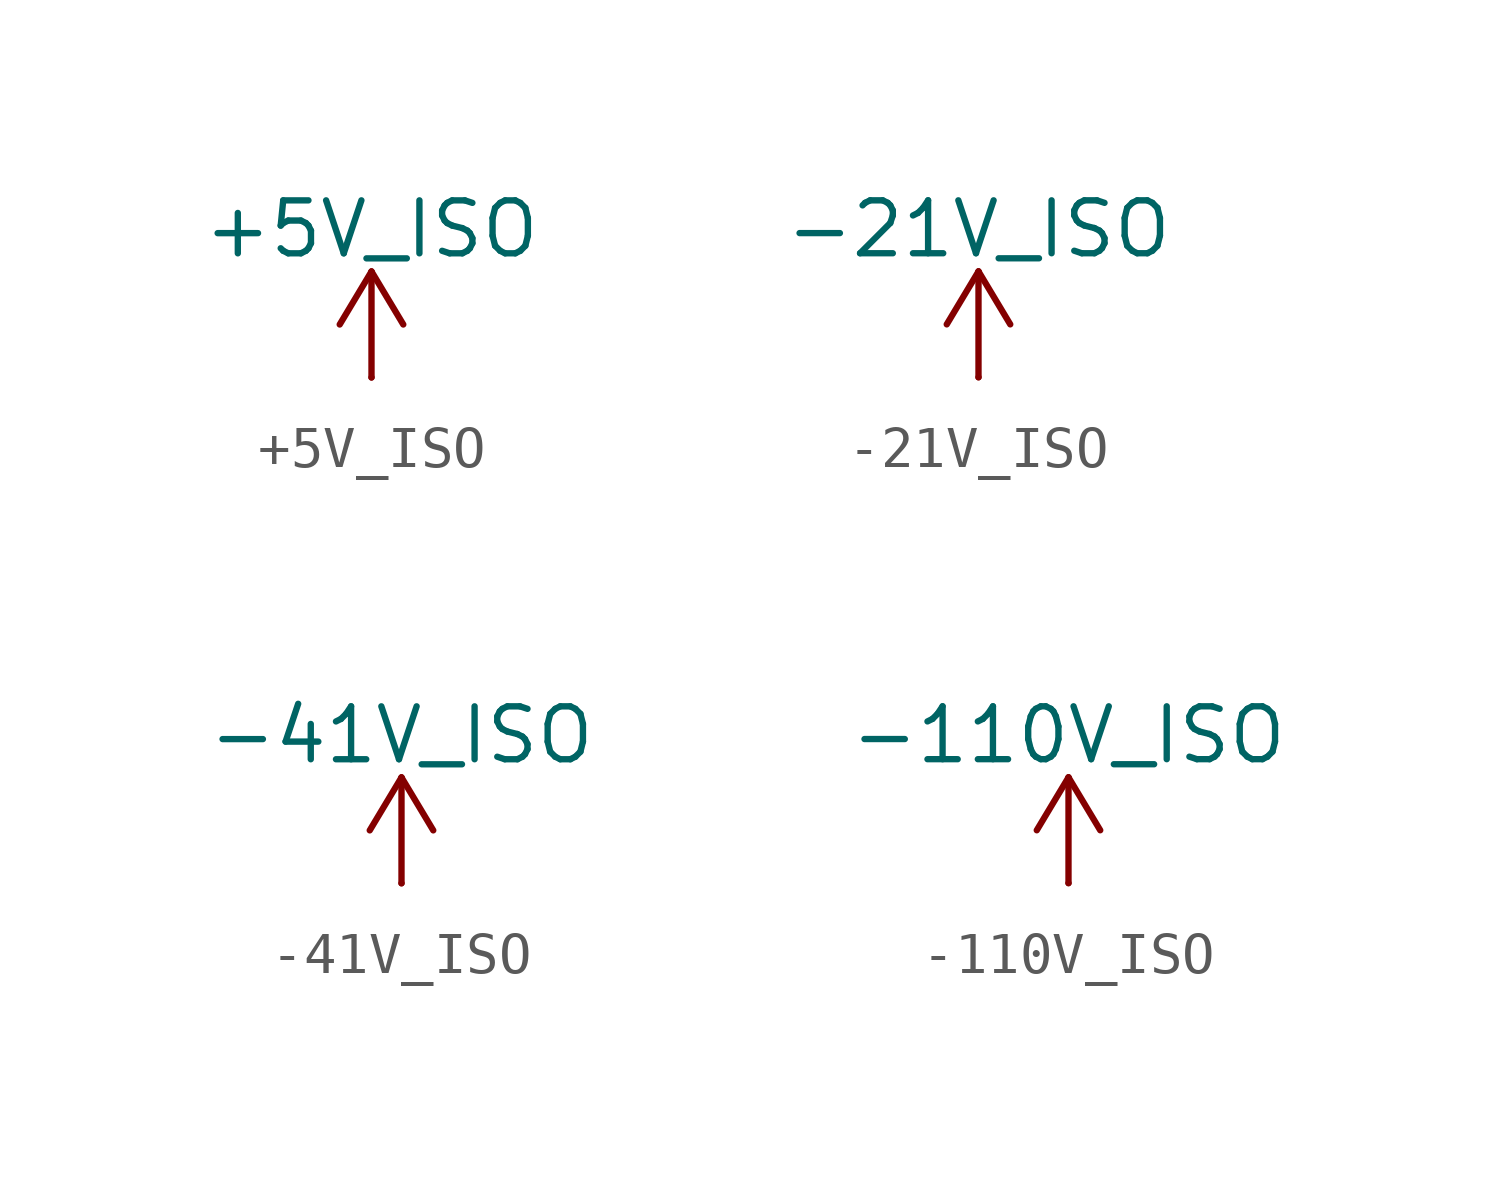
<source format=kicad_sym>
(kicad_symbol_lib
  (version 20241209)
  (generator "kicad_symbol_editor")
  (generator_version "9.0")
  (symbol "+5V_ISO"
    (power)
    (pin_numbers
      (hide yes))
    (pin_names
      (offset 0)
      (hide yes))
    (property "Reference" "#PWR"
      (at 0 -3.81 0)
      (effects (font (size 1.27 1.27)) (hide yes)))
    (property "Value" "+5V_ISO"
      (at 0 3.556 0)
      (effects (font (size 1.27 1.27))))
    (symbol "+5V_ISO_0_1"
      (polyline (pts (xy -0.762 1.27) (xy 0 2.54)) (stroke (width 0) (type default)) (fill (type none)))
      (polyline (pts (xy 0 2.54) (xy 0.762 1.27)) (stroke (width 0) (type default)) (fill (type none)))
      (polyline (pts (xy 0 0) (xy 0 2.54)) (stroke (width 0) (type default)) (fill (type none))))
    (symbol "+5V_ISO_1_1"
      (pin power_in line (at 0 0 90) (length 0) (name "~" (effects (font (size 1.27 1.27)))) (number "1" (effects (font (size 1.27 1.27)))))))
  (symbol "-21V_ISO"
    (power)
    (pin_numbers
      (hide yes))
    (pin_names
      (offset 0)
      (hide yes))
    (property "Reference" "#PWR"
      (at 0 -3.81 0)
      (effects (font (size 1.27 1.27)) (hide yes)))
    (property "Value" "-21V_ISO"
      (at 0 3.556 0)
      (effects (font (size 1.27 1.27))))
    (symbol "-21V_ISO_0_1"
      (polyline (pts (xy -0.762 1.27) (xy 0 2.54)) (stroke (width 0) (type default)) (fill (type none)))
      (polyline (pts (xy 0 2.54) (xy 0.762 1.27)) (stroke (width 0) (type default)) (fill (type none)))
      (polyline (pts (xy 0 0) (xy 0 2.54)) (stroke (width 0) (type default)) (fill (type none))))
    (symbol "-21V_ISO_1_1"
      (pin power_in line (at 0 0 90) (length 0) (name "~" (effects (font (size 1.27 1.27)))) (number "1" (effects (font (size 1.27 1.27)))))))
  (symbol "-41V_ISO"
    (power)
    (pin_numbers
      (hide yes))
    (pin_names
      (offset 0)
      (hide yes))
    (property "Reference" "#PWR"
      (at 0 -3.81 0)
      (effects (font (size 1.27 1.27)) (hide yes)))
    (property "Value" "-41V_ISO"
      (at 0 3.556 0)
      (effects (font (size 1.27 1.27))))
    (symbol "-41V_ISO_0_1"
      (polyline (pts (xy -0.762 1.27) (xy 0 2.54)) (stroke (width 0) (type default)) (fill (type none)))
      (polyline (pts (xy 0 2.54) (xy 0.762 1.27)) (stroke (width 0) (type default)) (fill (type none)))
      (polyline (pts (xy 0 0) (xy 0 2.54)) (stroke (width 0) (type default)) (fill (type none))))
    (symbol "-41V_ISO_1_1"
      (pin power_in line (at 0 0 90) (length 0) (name "~" (effects (font (size 1.27 1.27)))) (number "1" (effects (font (size 1.27 1.27)))))))
  (symbol "-110V_ISO"
    (power)
    (pin_numbers
      (hide yes))
    (pin_names
      (offset 0)
      (hide yes))
    (property "Reference" "#PWR"
      (at 0 -3.81 0)
      (effects (font (size 1.27 1.27)) (hide yes)))
    (property "Value" "-110V_ISO"
      (at 0 3.556 0)
      (effects (font (size 1.27 1.27))))
    (symbol "-110V_ISO_0_1"
      (polyline (pts (xy -0.762 1.27) (xy 0 2.54)) (stroke (width 0) (type default)) (fill (type none)))
      (polyline (pts (xy 0 2.54) (xy 0.762 1.27)) (stroke (width 0) (type default)) (fill (type none)))
      (polyline (pts (xy 0 0) (xy 0 2.54)) (stroke (width 0) (type default)) (fill (type none))))
    (symbol "-110V_ISO_1_1"
      (pin power_in line (at 0 0 90) (length 0) (name "~" (effects (font (size 1.27 1.27)))) (number "1" (effects (font (size 1.27 1.27))))))))
</source>
